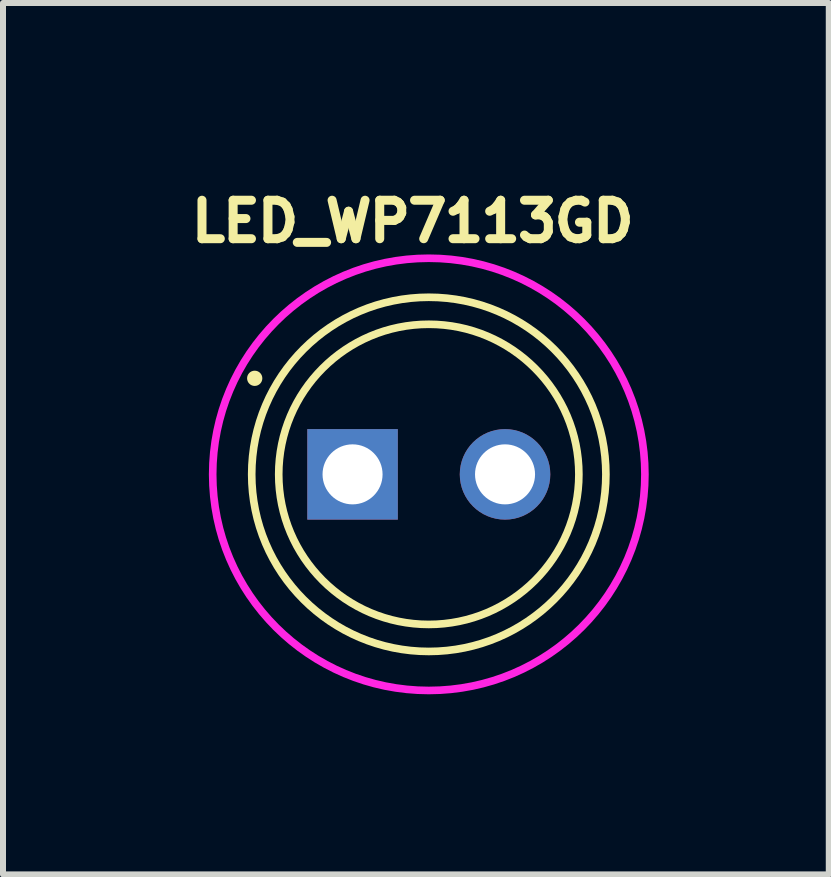
<source format=kicad_pcb>
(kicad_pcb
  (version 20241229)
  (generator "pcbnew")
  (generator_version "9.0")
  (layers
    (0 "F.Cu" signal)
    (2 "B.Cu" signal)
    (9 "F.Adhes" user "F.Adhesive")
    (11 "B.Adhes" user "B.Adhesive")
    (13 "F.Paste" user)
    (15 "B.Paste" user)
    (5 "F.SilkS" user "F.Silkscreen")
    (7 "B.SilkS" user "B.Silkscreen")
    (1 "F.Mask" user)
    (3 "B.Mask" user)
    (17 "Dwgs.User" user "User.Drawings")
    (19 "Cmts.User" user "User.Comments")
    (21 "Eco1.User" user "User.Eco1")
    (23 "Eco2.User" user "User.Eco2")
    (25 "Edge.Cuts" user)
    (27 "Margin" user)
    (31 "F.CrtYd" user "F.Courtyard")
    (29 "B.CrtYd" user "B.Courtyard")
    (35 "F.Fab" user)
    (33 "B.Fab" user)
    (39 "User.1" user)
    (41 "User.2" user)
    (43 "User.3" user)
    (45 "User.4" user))
  (footprint "LED_WP7113GD"
    (layer "F.Cu")
    (at 4.093 4.852)
    (property "Reference" "LED_WP7113GD" (at -0.268 -4.214 0) (layer "F.SilkS") (effects (font (size 0.641 0.641) (thickness 0.15))))
    (attr through_hole)
    (fp_circle (center -2.9 -1.6) (end -2.773 -1.6) (stroke (width 0) (type solid)) (fill yes) (layer "F.SilkS"))
    (fp_circle (center 0 0) (end 2.5 0) (stroke (width 0.127) (type solid)) (fill no) (layer "F.SilkS"))
    (fp_circle (center 0 0) (end 2.95 0) (stroke (width 0.127) (type solid)) (fill no) (layer "F.SilkS"))
    (fp_circle (center 0 0) (end 3.6 0) (stroke (width 0.127) (type solid)) (fill no) (layer "F.CrtYd"))
    (pad "A" thru_hole circle (at 1.27 0) (size 1.508 1.508) (drill 1) (layers "*.Cu" "*.Mask"))
    (pad "C" thru_hole rect (at -1.27 0) (size 1.508 1.508) (drill 1) (layers "*.Cu" "*.Mask")))
  (gr_rect
    (start -3 -3)
    (end 10.756 11.516)
    (stroke (width 0.1) (type default))
    (fill no)
    (layer "Edge.Cuts")))
</source>
